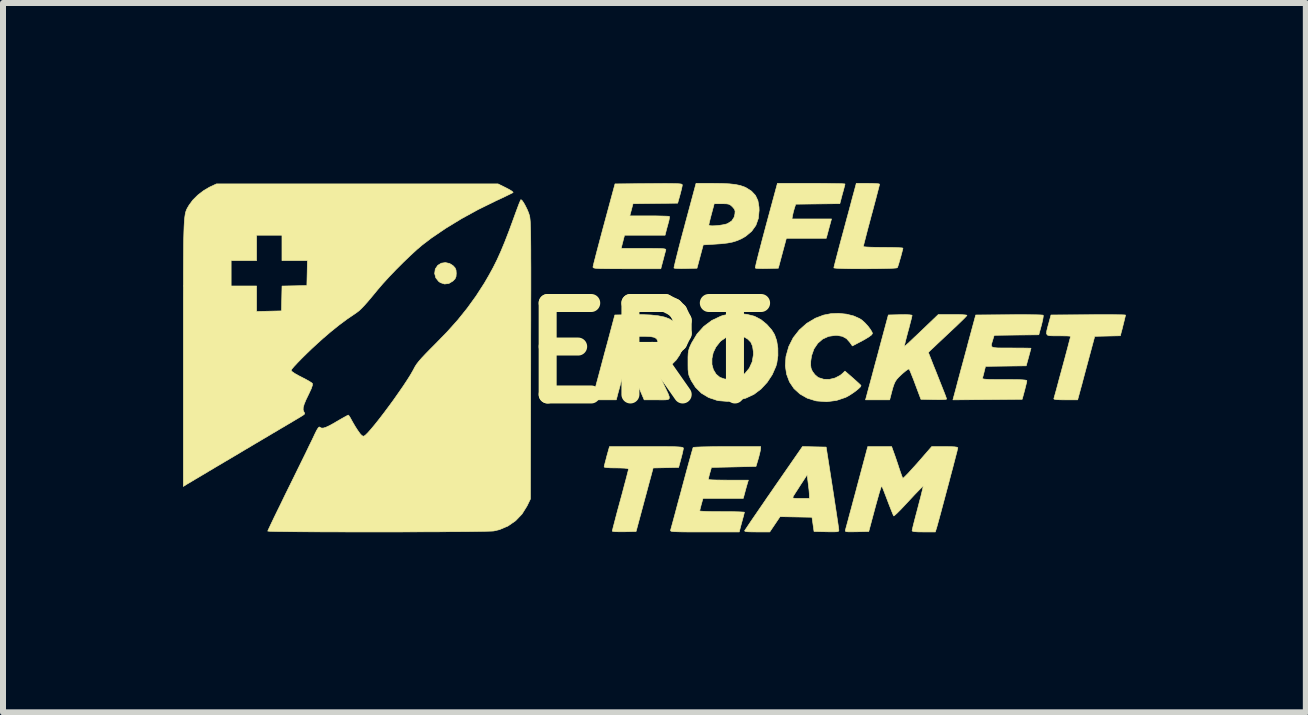
<source format=kicad_pcb>
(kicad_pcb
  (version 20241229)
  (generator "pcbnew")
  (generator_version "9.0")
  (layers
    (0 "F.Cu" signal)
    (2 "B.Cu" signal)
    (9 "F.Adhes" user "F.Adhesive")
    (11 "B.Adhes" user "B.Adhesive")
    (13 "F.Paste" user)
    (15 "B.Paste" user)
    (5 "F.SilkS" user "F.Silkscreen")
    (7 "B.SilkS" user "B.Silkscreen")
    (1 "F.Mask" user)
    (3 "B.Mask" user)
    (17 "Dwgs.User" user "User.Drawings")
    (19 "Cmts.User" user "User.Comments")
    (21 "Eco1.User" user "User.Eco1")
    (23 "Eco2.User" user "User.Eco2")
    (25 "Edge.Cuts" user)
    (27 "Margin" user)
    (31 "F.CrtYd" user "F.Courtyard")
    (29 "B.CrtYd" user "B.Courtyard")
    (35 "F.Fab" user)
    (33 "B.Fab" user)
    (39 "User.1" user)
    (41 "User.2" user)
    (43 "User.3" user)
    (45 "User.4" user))
  (footprint "ERT"
    (layer "F.Cu")
    (at 7.744 2.833)
    (property "Reference" "ERT" (at 0 0 0) (layer "F.SilkS") (effects (font (size 1.524 1.524) (thickness 0.3))))
    (attr through_hole)
    (fp_poly (pts (xy -3.303 -1.493) (xy -3.247 -1.458) (xy -3.212 -1.42) (xy -3.196 -1.383) (xy -3.192 -1.329) (xy -3.196 -1.275) (xy -3.212 -1.238) (xy -3.247 -1.201) (xy -3.315 -1.16) (xy -3.387 -1.151) (xy -3.457 -1.174) (xy -3.486 -1.195) (xy -3.533 -1.254) (xy -3.552 -1.326) (xy -3.542 -1.399) (xy -3.539 -1.405) (xy -3.499 -1.463) (xy -3.441 -1.498) (xy -3.373 -1.508) (xy -3.303 -1.493)) (stroke (width 0.01) (type solid)) (fill yes) (layer "F.SilkS"))
    (fp_poly (pts (xy 2.856 -2.828) (xy 2.979 -2.827) (xy 3.086 -2.825) (xy 3.174 -2.824) (xy 3.239 -2.822) (xy 3.277 -2.819) (xy 3.285 -2.818) (xy 3.281 -2.797) (xy 3.27 -2.755) (xy 3.261 -2.72) (xy 3.242 -2.653) (xy 3.224 -2.585) (xy 3.218 -2.561) (xy 3.199 -2.49) (xy 2.464 -2.481) (xy 2.444 -2.42) (xy 2.426 -2.359) (xy 2.412 -2.297) (xy 2.412 -2.297) (xy 2.401 -2.235) (xy 3.06 -2.235) (xy 3.016 -2.074) (xy 2.973 -1.913) (xy 2.308 -1.913) (xy 2.241 -1.664) (xy 2.174 -1.414) (xy 1.986 -1.409) (xy 1.91 -1.408) (xy 1.847 -1.41) (xy 1.804 -1.413) (xy 1.79 -1.418) (xy 1.793 -1.436) (xy 1.803 -1.484) (xy 1.821 -1.558) (xy 1.845 -1.654) (xy 1.875 -1.769) (xy 1.909 -1.9) (xy 1.947 -2.042) (xy 1.97 -2.129) (xy 2.159 -2.828) (xy 2.722 -2.828) (xy 2.856 -2.828)) (stroke (width 0.01) (type solid)) (fill yes) (layer "F.SilkS"))
    (fp_poly (pts (xy 0.138 1.558) (xy 0.268 1.558) (xy 0.371 1.559) (xy 0.449 1.56) (xy 0.507 1.563) (xy 0.547 1.566) (xy 0.572 1.57) (xy 0.586 1.575) (xy 0.591 1.582) (xy 0.592 1.588) (xy 0.587 1.617) (xy 0.576 1.669) (xy 0.559 1.735) (xy 0.552 1.761) (xy 0.513 1.905) (xy 0.088 1.914) (xy 0.06 2.02) (xy 0.048 2.065) (xy 0.028 2.138) (xy 0.003 2.231) (xy -0.026 2.34) (xy -0.058 2.458) (xy -0.082 2.548) (xy -0.196 2.972) (xy -0.394 2.977) (xy -0.482 2.977) (xy -0.546 2.975) (xy -0.584 2.97) (xy -0.593 2.965) (xy -0.588 2.945) (xy -0.576 2.896) (xy -0.557 2.824) (xy -0.533 2.731) (xy -0.504 2.621) (xy -0.471 2.5) (xy -0.457 2.449) (xy -0.423 2.324) (xy -0.393 2.209) (xy -0.366 2.109) (xy -0.345 2.027) (xy -0.33 1.968) (xy -0.322 1.936) (xy -0.322 1.932) (xy -0.338 1.923) (xy -0.388 1.917) (xy -0.468 1.914) (xy -0.525 1.913) (xy -0.616 1.912) (xy -0.682 1.908) (xy -0.72 1.902) (xy -0.728 1.896) (xy -0.724 1.873) (xy -0.712 1.826) (xy -0.695 1.762) (xy -0.684 1.718) (xy -0.639 1.558) (xy -0.023 1.558) (xy 0.138 1.558)) (stroke (width 0.01) (type solid)) (fill yes) (layer "F.SilkS"))
    (fp_poly (pts (xy 7.724 -0.64) (xy 7.82 -0.639) (xy 7.894 -0.638) (xy 7.941 -0.636) (xy 7.959 -0.634) (xy 7.959 -0.633) (xy 7.954 -0.611) (xy 7.942 -0.56) (xy 7.923 -0.484) (xy 7.899 -0.387) (xy 7.889 -0.352) (xy 7.873 -0.289) (xy 7.446 -0.279) (xy 7.323 0.178) (xy 7.29 0.301) (xy 7.259 0.417) (xy 7.232 0.52) (xy 7.208 0.606) (xy 7.191 0.67) (xy 7.181 0.706) (xy 7.181 0.707) (xy 7.161 0.779) (xy 6.959 0.779) (xy 6.87 0.778) (xy 6.81 0.775) (xy 6.777 0.77) (xy 6.764 0.762) (xy 6.765 0.758) (xy 6.771 0.736) (xy 6.785 0.686) (xy 6.805 0.615) (xy 6.829 0.525) (xy 6.856 0.423) (xy 6.886 0.314) (xy 6.917 0.2) (xy 6.947 0.089) (xy 6.975 -0.016) (xy 7 -0.11) (xy 7.02 -0.188) (xy 7.035 -0.244) (xy 7.043 -0.276) (xy 7.044 -0.28) (xy 7.028 -0.283) (xy 6.985 -0.286) (xy 6.921 -0.287) (xy 6.843 -0.288) (xy 6.841 -0.288) (xy 6.751 -0.288) (xy 6.69 -0.29) (xy 6.656 -0.301) (xy 6.642 -0.325) (xy 6.646 -0.367) (xy 6.662 -0.433) (xy 6.678 -0.491) (xy 6.717 -0.635) (xy 7.338 -0.639) (xy 7.479 -0.64) (xy 7.609 -0.64) (xy 7.724 -0.64)) (stroke (width 0.01) (type solid)) (fill yes) (layer "F.SilkS"))
    (fp_poly (pts (xy 2.774 1.562) (xy 2.971 1.566) (xy 3.077 2.244) (xy 3.1 2.392) (xy 3.121 2.531) (xy 3.14 2.656) (xy 3.156 2.763) (xy 3.169 2.85) (xy 3.178 2.913) (xy 3.182 2.947) (xy 3.183 2.951) (xy 3.18 2.964) (xy 3.169 2.972) (xy 3.143 2.977) (xy 3.097 2.978) (xy 3.025 2.978) (xy 2.976 2.977) (xy 2.769 2.972) (xy 2.752 2.853) (xy 2.735 2.735) (xy 2.469 2.73) (xy 2.203 2.725) (xy 2.031 2.98) (xy 1.818 2.98) (xy 1.726 2.979) (xy 1.664 2.977) (xy 1.628 2.972) (xy 1.613 2.964) (xy 1.613 2.959) (xy 1.624 2.941) (xy 1.653 2.899) (xy 1.697 2.833) (xy 1.754 2.749) (xy 1.824 2.647) (xy 1.903 2.532) (xy 1.989 2.406) (xy 2.415 2.406) (xy 2.422 2.415) (xy 2.448 2.42) (xy 2.499 2.421) (xy 2.548 2.421) (xy 2.692 2.421) (xy 2.692 2.376) (xy 2.69 2.339) (xy 2.685 2.279) (xy 2.676 2.207) (xy 2.673 2.179) (xy 2.654 2.028) (xy 2.545 2.195) (xy 2.501 2.264) (xy 2.462 2.324) (xy 2.433 2.37) (xy 2.42 2.392) (xy 2.415 2.406) (xy 1.989 2.406) (xy 1.99 2.405) (xy 2.084 2.269) (xy 2.099 2.247) (xy 2.577 1.557) (xy 2.774 1.562)) (stroke (width 0.01) (type solid)) (fill yes) (layer "F.SilkS"))
    (fp_poly (pts (xy 1.236 -2.826) (xy 1.359 -2.82) (xy 1.459 -2.809) (xy 1.54 -2.792) (xy 1.607 -2.769) (xy 1.634 -2.757) (xy 1.727 -2.698) (xy 1.793 -2.627) (xy 1.834 -2.54) (xy 1.852 -2.432) (xy 1.854 -2.379) (xy 1.841 -2.244) (xy 1.8 -2.128) (xy 1.73 -2.03) (xy 1.631 -1.947) (xy 1.559 -1.905) (xy 1.488 -1.874) (xy 1.414 -1.851) (xy 1.327 -1.834) (xy 1.221 -1.822) (xy 1.118 -1.815) (xy 0.923 -1.803) (xy 0.871 -1.609) (xy 0.819 -1.414) (xy 0.631 -1.409) (xy 0.555 -1.408) (xy 0.492 -1.41) (xy 0.45 -1.413) (xy 0.435 -1.418) (xy 0.438 -1.436) (xy 0.449 -1.484) (xy 0.467 -1.558) (xy 0.491 -1.654) (xy 0.52 -1.769) (xy 0.554 -1.9) (xy 0.592 -2.042) (xy 0.616 -2.129) (xy 0.616 -2.132) (xy 1.016 -2.132) (xy 1.031 -2.123) (xy 1.071 -2.12) (xy 1.127 -2.122) (xy 1.191 -2.128) (xy 1.254 -2.138) (xy 1.307 -2.15) (xy 1.328 -2.158) (xy 1.397 -2.201) (xy 1.438 -2.264) (xy 1.451 -2.318) (xy 1.454 -2.366) (xy 1.441 -2.4) (xy 1.409 -2.438) (xy 1.38 -2.464) (xy 1.351 -2.48) (xy 1.314 -2.487) (xy 1.257 -2.489) (xy 1.232 -2.489) (xy 1.106 -2.489) (xy 1.061 -2.321) (xy 1.042 -2.249) (xy 1.027 -2.187) (xy 1.018 -2.146) (xy 1.016 -2.132) (xy 0.616 -2.132) (xy 0.803 -2.828) (xy 1.084 -2.828) (xy 1.236 -2.826)) (stroke (width 0.01) (type solid)) (fill yes) (layer "F.SilkS"))
    (fp_poly (pts (xy 3.743 -2.827) (xy 3.806 -2.824) (xy 3.847 -2.82) (xy 3.861 -2.815) (xy 3.857 -2.796) (xy 3.845 -2.748) (xy 3.826 -2.676) (xy 3.802 -2.583) (xy 3.773 -2.474) (xy 3.741 -2.353) (xy 3.725 -2.296) (xy 3.692 -2.17) (xy 3.661 -2.055) (xy 3.635 -1.954) (xy 3.614 -1.872) (xy 3.599 -1.813) (xy 3.591 -1.78) (xy 3.59 -1.775) (xy 3.606 -1.771) (xy 3.651 -1.767) (xy 3.719 -1.764) (xy 3.806 -1.762) (xy 3.906 -1.761) (xy 3.92 -1.761) (xy 4.022 -1.76) (xy 4.11 -1.759) (xy 4.182 -1.756) (xy 4.23 -1.753) (xy 4.25 -1.749) (xy 4.25 -1.748) (xy 4.245 -1.724) (xy 4.233 -1.677) (xy 4.217 -1.616) (xy 4.198 -1.551) (xy 4.181 -1.491) (xy 4.166 -1.445) (xy 4.157 -1.423) (xy 4.139 -1.418) (xy 4.091 -1.414) (xy 4.02 -1.411) (xy 3.931 -1.409) (xy 3.828 -1.407) (xy 3.716 -1.406) (xy 3.6 -1.405) (xy 3.486 -1.406) (xy 3.378 -1.406) (xy 3.281 -1.408) (xy 3.199 -1.411) (xy 3.139 -1.414) (xy 3.105 -1.418) (xy 3.099 -1.42) (xy 3.103 -1.44) (xy 3.115 -1.488) (xy 3.134 -1.561) (xy 3.159 -1.657) (xy 3.189 -1.771) (xy 3.223 -1.899) (xy 3.261 -2.038) (xy 3.269 -2.068) (xy 3.307 -2.211) (xy 3.344 -2.347) (xy 3.377 -2.47) (xy 3.405 -2.577) (xy 3.429 -2.664) (xy 3.446 -2.727) (xy 3.455 -2.762) (xy 3.456 -2.764) (xy 3.473 -2.828) (xy 3.667 -2.828) (xy 3.743 -2.827)) (stroke (width 0.01) (type solid)) (fill yes) (layer "F.SilkS"))
    (fp_poly (pts (xy 3.309 -0.649) (xy 3.429 -0.619) (xy 3.53 -0.574) (xy 3.572 -0.545) (xy 3.622 -0.499) (xy 3.67 -0.446) (xy 3.71 -0.392) (xy 3.736 -0.348) (xy 3.742 -0.325) (xy 3.726 -0.302) (xy 3.68 -0.268) (xy 3.605 -0.223) (xy 3.575 -0.207) (xy 3.408 -0.119) (xy 3.368 -0.176) (xy 3.311 -0.241) (xy 3.242 -0.279) (xy 3.155 -0.295) (xy 3.124 -0.295) (xy 3.012 -0.279) (xy 2.913 -0.234) (xy 2.831 -0.163) (xy 2.768 -0.07) (xy 2.728 0.043) (xy 2.714 0.135) (xy 2.713 0.203) (xy 2.719 0.251) (xy 2.737 0.294) (xy 2.747 0.312) (xy 2.785 0.361) (xy 2.833 0.402) (xy 2.845 0.409) (xy 2.93 0.436) (xy 3.025 0.438) (xy 3.12 0.415) (xy 3.205 0.371) (xy 3.238 0.344) (xy 3.284 0.3) (xy 3.416 0.415) (xy 3.471 0.464) (xy 3.516 0.505) (xy 3.545 0.533) (xy 3.552 0.542) (xy 3.543 0.561) (xy 3.512 0.592) (xy 3.466 0.63) (xy 3.41 0.67) (xy 3.353 0.707) (xy 3.301 0.735) (xy 3.298 0.737) (xy 3.143 0.789) (xy 2.98 0.81) (xy 2.816 0.798) (xy 2.797 0.795) (xy 2.656 0.751) (xy 2.535 0.682) (xy 2.435 0.591) (xy 2.36 0.48) (xy 2.312 0.352) (xy 2.291 0.212) (xy 2.301 0.061) (xy 2.303 0.051) (xy 2.348 -0.109) (xy 2.422 -0.256) (xy 2.523 -0.385) (xy 2.647 -0.495) (xy 2.791 -0.581) (xy 2.928 -0.633) (xy 3.051 -0.657) (xy 3.18 -0.662) (xy 3.309 -0.649)) (stroke (width 0.01) (type solid)) (fill yes) (layer "F.SilkS"))
    (fp_poly (pts (xy 6.277 -0.64) (xy 6.385 -0.639) (xy 6.474 -0.638) (xy 6.54 -0.636) (xy 6.579 -0.633) (xy 6.588 -0.631) (xy 6.588 -0.61) (xy 6.581 -0.564) (xy 6.567 -0.502) (xy 6.557 -0.462) (xy 6.514 -0.305) (xy 6.142 -0.301) (xy 5.77 -0.296) (xy 5.747 -0.22) (xy 5.733 -0.174) (xy 5.724 -0.14) (xy 5.726 -0.116) (xy 5.74 -0.1) (xy 5.772 -0.091) (xy 5.825 -0.086) (xy 5.902 -0.085) (xy 6.009 -0.085) (xy 6.054 -0.085) (xy 6.155 -0.084) (xy 6.244 -0.084) (xy 6.315 -0.083) (xy 6.363 -0.082) (xy 6.383 -0.081) (xy 6.384 -0.08) (xy 6.379 -0.063) (xy 6.368 -0.021) (xy 6.352 0.038) (xy 6.344 0.068) (xy 6.304 0.212) (xy 5.626 0.221) (xy 5.606 0.301) (xy 5.593 0.355) (xy 5.581 0.398) (xy 5.578 0.411) (xy 5.577 0.42) (xy 5.583 0.428) (xy 5.602 0.433) (xy 5.635 0.436) (xy 5.689 0.439) (xy 5.766 0.44) (xy 5.87 0.44) (xy 5.942 0.44) (xy 6.07 0.441) (xy 6.168 0.442) (xy 6.237 0.445) (xy 6.283 0.449) (xy 6.308 0.454) (xy 6.315 0.461) (xy 6.311 0.487) (xy 6.299 0.535) (xy 6.283 0.599) (xy 6.276 0.627) (xy 6.237 0.77) (xy 5.66 0.775) (xy 5.083 0.779) (xy 5.141 0.563) (xy 5.16 0.489) (xy 5.187 0.389) (xy 5.219 0.269) (xy 5.255 0.137) (xy 5.292 -0.000432) (xy 5.329 -0.137) (xy 5.33 -0.144) (xy 5.463 -0.635) (xy 6.02 -0.639) (xy 6.154 -0.64) (xy 6.277 -0.64)) (stroke (width 0.01) (type solid)) (fill yes) (layer "F.SilkS"))
    (fp_poly (pts (xy 0.385 -2.825) (xy 0.456 -2.824) (xy 0.507 -2.822) (xy 0.541 -2.819) (xy 0.561 -2.815) (xy 0.571 -2.809) (xy 0.574 -2.801) (xy 0.574 -2.798) (xy 0.569 -2.769) (xy 0.557 -2.717) (xy 0.54 -2.652) (xy 0.535 -2.633) (xy 0.497 -2.498) (xy -0.247 -2.489) (xy -0.274 -2.387) (xy -0.301 -2.286) (xy 0.024 -2.286) (xy 0.126 -2.286) (xy 0.216 -2.284) (xy 0.288 -2.282) (xy 0.337 -2.28) (xy 0.359 -2.277) (xy 0.359 -2.277) (xy 0.36 -2.257) (xy 0.353 -2.215) (xy 0.346 -2.188) (xy 0.328 -2.121) (xy 0.309 -2.053) (xy 0.305 -2.036) (xy 0.287 -1.964) (xy -0.388 -1.964) (xy -0.405 -1.901) (xy -0.419 -1.845) (xy -0.432 -1.794) (xy -0.433 -1.791) (xy -0.444 -1.744) (xy -0.068 -1.744) (xy 0.054 -1.744) (xy 0.146 -1.743) (xy 0.212 -1.742) (xy 0.257 -1.739) (xy 0.284 -1.735) (xy 0.297 -1.729) (xy 0.3 -1.72) (xy 0.299 -1.714) (xy 0.29 -1.685) (xy 0.276 -1.633) (xy 0.259 -1.567) (xy 0.253 -1.545) (xy 0.216 -1.405) (xy -0.349 -1.405) (xy -0.503 -1.406) (xy -0.626 -1.406) (xy -0.721 -1.407) (xy -0.793 -1.408) (xy -0.845 -1.411) (xy -0.879 -1.414) (xy -0.9 -1.419) (xy -0.91 -1.425) (xy -0.914 -1.432) (xy -0.914 -1.435) (xy -0.909 -1.457) (xy -0.897 -1.509) (xy -0.877 -1.586) (xy -0.852 -1.684) (xy -0.821 -1.801) (xy -0.786 -1.933) (xy -0.748 -2.076) (xy -0.73 -2.142) (xy -0.547 -2.819) (xy 0.014 -2.824) (xy 0.167 -2.825) (xy 0.29 -2.826) (xy 0.385 -2.825)) (stroke (width 0.01) (type solid)) (fill yes) (layer "F.SilkS"))
    (fp_poly (pts (xy 1.648 -0.646) (xy 1.769 -0.616) (xy 1.782 -0.611) (xy 1.885 -0.557) (xy 1.982 -0.478) (xy 2.064 -0.385) (xy 2.111 -0.309) (xy 2.147 -0.205) (xy 2.166 -0.084) (xy 2.167 0.044) (xy 2.149 0.167) (xy 2.134 0.22) (xy 2.073 0.359) (xy 1.988 0.488) (xy 1.885 0.599) (xy 1.771 0.685) (xy 1.768 0.687) (xy 1.632 0.751) (xy 1.482 0.79) (xy 1.328 0.805) (xy 1.18 0.793) (xy 1.154 0.788) (xy 1.012 0.74) (xy 0.891 0.667) (xy 0.793 0.569) (xy 0.724 0.46) (xy 0.7 0.409) (xy 0.684 0.368) (xy 0.675 0.325) (xy 0.67 0.273) (xy 0.669 0.201) (xy 0.669 0.153) (xy 0.669 0.092) (xy 1.068 0.092) (xy 1.068 0.189) (xy 1.092 0.277) (xy 1.138 0.352) (xy 1.2 0.404) (xy 1.276 0.431) (xy 1.366 0.44) (xy 1.456 0.431) (xy 1.522 0.408) (xy 1.617 0.341) (xy 1.691 0.251) (xy 1.739 0.145) (xy 1.759 0.026) (xy 1.758 -0.024) (xy 1.745 -0.114) (xy 1.716 -0.181) (xy 1.666 -0.232) (xy 1.608 -0.267) (xy 1.509 -0.3) (xy 1.409 -0.3) (xy 1.312 -0.268) (xy 1.219 -0.204) (xy 1.201 -0.186) (xy 1.134 -0.101) (xy 1.089 -0.007) (xy 1.068 0.092) (xy 0.669 0.092) (xy 0.669 0.067) (xy 0.672 0.006) (xy 0.679 -0.041) (xy 0.691 -0.083) (xy 0.712 -0.131) (xy 0.73 -0.169) (xy 0.82 -0.319) (xy 0.932 -0.444) (xy 1.064 -0.543) (xy 1.216 -0.615) (xy 1.258 -0.629) (xy 1.379 -0.653) (xy 1.514 -0.659) (xy 1.648 -0.646)) (stroke (width 0.01) (type solid)) (fill yes) (layer "F.SilkS"))
    (fp_poly (pts (xy 1.878 1.596) (xy 1.873 1.63) (xy 1.86 1.686) (xy 1.843 1.751) (xy 1.84 1.761) (xy 1.802 1.888) (xy 1.431 1.897) (xy 1.06 1.905) (xy 1.032 2.002) (xy 1.018 2.054) (xy 1.011 2.093) (xy 1.012 2.107) (xy 1.031 2.11) (xy 1.079 2.113) (xy 1.15 2.115) (xy 1.238 2.116) (xy 1.339 2.117) (xy 1.348 2.117) (xy 1.675 2.117) (xy 1.651 2.197) (xy 1.632 2.264) (xy 1.614 2.332) (xy 1.609 2.35) (xy 1.59 2.421) (xy 0.919 2.421) (xy 0.891 2.52) (xy 0.877 2.574) (xy 0.867 2.614) (xy 0.864 2.63) (xy 0.88 2.633) (xy 0.925 2.636) (xy 0.994 2.639) (xy 1.083 2.641) (xy 1.186 2.641) (xy 1.236 2.642) (xy 1.344 2.642) (xy 1.44 2.643) (xy 1.519 2.645) (xy 1.576 2.648) (xy 1.605 2.65) (xy 1.609 2.652) (xy 1.604 2.672) (xy 1.594 2.715) (xy 1.584 2.749) (xy 1.566 2.816) (xy 1.547 2.885) (xy 1.541 2.908) (xy 1.523 2.98) (xy 0.946 2.98) (xy 0.791 2.98) (xy 0.667 2.98) (xy 0.57 2.979) (xy 0.497 2.977) (xy 0.445 2.975) (xy 0.41 2.972) (xy 0.39 2.968) (xy 0.38 2.962) (xy 0.378 2.955) (xy 0.379 2.951) (xy 0.385 2.928) (xy 0.399 2.877) (xy 0.42 2.8) (xy 0.447 2.701) (xy 0.478 2.584) (xy 0.513 2.453) (xy 0.552 2.311) (xy 0.567 2.254) (xy 0.606 2.109) (xy 0.642 1.975) (xy 0.675 1.854) (xy 0.704 1.75) (xy 0.727 1.667) (xy 0.744 1.608) (xy 0.753 1.577) (xy 0.755 1.573) (xy 0.773 1.569) (xy 0.822 1.566) (xy 0.896 1.563) (xy 0.992 1.561) (xy 1.105 1.559) (xy 1.233 1.558) (xy 1.322 1.558) (xy 1.88 1.558) (xy 1.878 1.596)) (stroke (width 0.01) (type solid)) (fill yes) (layer "F.SilkS"))
    (fp_poly (pts (xy 0.051 -0.635) (xy 0.172 -0.622) (xy 0.271 -0.602) (xy 0.352 -0.573) (xy 0.419 -0.534) (xy 0.476 -0.485) (xy 0.479 -0.483) (xy 0.533 -0.415) (xy 0.566 -0.339) (xy 0.581 -0.246) (xy 0.583 -0.183) (xy 0.579 -0.106) (xy 0.564 -0.043) (xy 0.533 0.025) (xy 0.532 0.028) (xy 0.473 0.115) (xy 0.395 0.193) (xy 0.306 0.251) (xy 0.254 0.273) (xy 0.211 0.289) (xy 0.183 0.302) (xy 0.181 0.304) (xy 0.183 0.323) (xy 0.198 0.366) (xy 0.222 0.428) (xy 0.255 0.501) (xy 0.26 0.513) (xy 0.307 0.611) (xy 0.34 0.681) (xy 0.357 0.729) (xy 0.356 0.758) (xy 0.337 0.774) (xy 0.297 0.779) (xy 0.234 0.78) (xy 0.157 0.779) (xy -0.061 0.779) (xy -0.243 0.354) (xy -0.329 0.359) (xy -0.414 0.364) (xy -0.451 0.5) (xy -0.471 0.574) (xy -0.491 0.646) (xy -0.506 0.701) (xy -0.507 0.707) (xy -0.526 0.779) (xy -0.929 0.779) (xy -0.871 0.563) (xy -0.851 0.489) (xy -0.824 0.389) (xy -0.792 0.269) (xy -0.757 0.137) (xy -0.726 0.021) (xy -0.321 0.021) (xy -0.306 0.027) (xy -0.264 0.031) (xy -0.203 0.033) (xy -0.165 0.033) (xy -0.073 0.031) (xy -0.004 0.022) (xy 0.05 0.006) (xy 0.062 0.001) (xy 0.124 -0.037) (xy 0.158 -0.084) (xy 0.169 -0.15) (xy 0.169 -0.157) (xy 0.164 -0.206) (xy 0.144 -0.241) (xy 0.106 -0.263) (xy 0.045 -0.275) (xy -0.044 -0.279) (xy -0.072 -0.279) (xy -0.242 -0.279) (xy -0.282 -0.135) (xy -0.299 -0.07) (xy -0.313 -0.016) (xy -0.321 0.016) (xy -0.321 0.021) (xy -0.726 0.021) (xy -0.72 -0.001) (xy -0.683 -0.138) (xy -0.681 -0.144) (xy -0.55 -0.635) (xy -0.271 -0.64) (xy -0.095 -0.641) (xy 0.051 -0.635)) (stroke (width 0.01) (type solid)) (fill yes) (layer "F.SilkS"))
    (fp_poly (pts (xy 5.164 -0.643) (xy 5.236 -0.64) (xy 5.288 -0.636) (xy 5.315 -0.631) (xy 5.317 -0.629) (xy 5.305 -0.614) (xy 5.272 -0.579) (xy 5.22 -0.528) (xy 5.153 -0.463) (xy 5.074 -0.389) (xy 4.995 -0.315) (xy 4.909 -0.234) (xy 4.831 -0.161) (xy 4.766 -0.099) (xy 4.715 -0.052) (xy 4.684 -0.021) (xy 4.674 -0.011) (xy 4.68 0.005) (xy 4.697 0.048) (xy 4.723 0.114) (xy 4.756 0.199) (xy 4.796 0.297) (xy 4.826 0.373) (xy 4.868 0.479) (xy 4.906 0.575) (xy 4.938 0.656) (xy 4.962 0.718) (xy 4.975 0.756) (xy 4.978 0.766) (xy 4.963 0.771) (xy 4.919 0.774) (xy 4.855 0.776) (xy 4.776 0.775) (xy 4.764 0.775) (xy 4.55 0.77) (xy 4.458 0.525) (xy 4.426 0.439) (xy 4.396 0.365) (xy 4.373 0.307) (xy 4.357 0.273) (xy 4.353 0.265) (xy 4.335 0.27) (xy 4.3 0.294) (xy 4.253 0.333) (xy 4.228 0.355) (xy 4.182 0.399) (xy 4.149 0.435) (xy 4.124 0.471) (xy 4.104 0.514) (xy 4.084 0.572) (xy 4.062 0.652) (xy 4.048 0.707) (xy 4.029 0.779) (xy 3.627 0.779) (xy 3.678 0.588) (xy 3.696 0.523) (xy 3.721 0.431) (xy 3.751 0.318) (xy 3.785 0.19) (xy 3.822 0.055) (xy 3.859 -0.084) (xy 3.868 -0.119) (xy 4.007 -0.635) (xy 4.205 -0.64) (xy 4.292 -0.641) (xy 4.357 -0.638) (xy 4.395 -0.633) (xy 4.403 -0.628) (xy 4.398 -0.607) (xy 4.387 -0.559) (xy 4.369 -0.49) (xy 4.348 -0.407) (xy 4.335 -0.362) (xy 4.312 -0.275) (xy 4.293 -0.201) (xy 4.28 -0.145) (xy 4.273 -0.113) (xy 4.272 -0.108) (xy 4.285 -0.118) (xy 4.319 -0.148) (xy 4.37 -0.195) (xy 4.435 -0.257) (xy 4.511 -0.328) (xy 4.558 -0.373) (xy 4.84 -0.643) (xy 5.079 -0.643) (xy 5.164 -0.643)) (stroke (width 0.01) (type solid)) (fill yes) (layer "F.SilkS"))
    (fp_poly (pts (xy 4.094 1.647) (xy 4.114 1.702) (xy 4.14 1.778) (xy 4.168 1.861) (xy 4.182 1.905) (xy 4.206 1.976) (xy 4.227 2.035) (xy 4.242 2.074) (xy 4.248 2.086) (xy 4.262 2.077) (xy 4.294 2.046) (xy 4.342 1.997) (xy 4.401 1.932) (xy 4.47 1.856) (xy 4.495 1.828) (xy 4.73 1.558) (xy 4.948 1.558) (xy 5.045 1.559) (xy 5.111 1.562) (xy 5.15 1.568) (xy 5.164 1.577) (xy 5.165 1.578) (xy 5.16 1.598) (xy 5.149 1.646) (xy 5.13 1.718) (xy 5.106 1.811) (xy 5.078 1.919) (xy 5.046 2.038) (xy 5.013 2.165) (xy 4.978 2.295) (xy 4.944 2.423) (xy 4.911 2.546) (xy 4.881 2.659) (xy 4.854 2.758) (xy 4.832 2.838) (xy 4.816 2.896) (xy 4.807 2.925) (xy 4.79 2.98) (xy 4.596 2.98) (xy 4.504 2.979) (xy 4.443 2.975) (xy 4.411 2.968) (xy 4.403 2.96) (xy 4.407 2.938) (xy 4.418 2.889) (xy 4.436 2.817) (xy 4.459 2.728) (xy 4.486 2.626) (xy 4.496 2.588) (xy 4.523 2.483) (xy 4.548 2.389) (xy 4.567 2.311) (xy 4.581 2.253) (xy 4.588 2.222) (xy 4.589 2.218) (xy 4.578 2.224) (xy 4.548 2.253) (xy 4.502 2.3) (xy 4.443 2.361) (xy 4.374 2.435) (xy 4.348 2.463) (xy 4.276 2.54) (xy 4.212 2.608) (xy 4.159 2.661) (xy 4.12 2.697) (xy 4.099 2.713) (xy 4.097 2.713) (xy 4.087 2.694) (xy 4.068 2.648) (xy 4.042 2.583) (xy 4.011 2.504) (xy 3.996 2.464) (xy 3.964 2.38) (xy 3.936 2.307) (xy 3.914 2.252) (xy 3.899 2.22) (xy 3.896 2.215) (xy 3.889 2.227) (xy 3.875 2.268) (xy 3.855 2.332) (xy 3.831 2.417) (xy 3.803 2.517) (xy 3.784 2.587) (xy 3.681 2.972) (xy 3.482 2.977) (xy 3.397 2.978) (xy 3.341 2.978) (xy 3.308 2.975) (xy 3.293 2.969) (xy 3.29 2.958) (xy 3.291 2.951) (xy 3.297 2.929) (xy 3.311 2.877) (xy 3.332 2.8) (xy 3.358 2.701) (xy 3.39 2.584) (xy 3.425 2.452) (xy 3.464 2.308) (xy 3.482 2.239) (xy 3.664 1.558) (xy 4.062 1.558) (xy 4.094 1.647)) (stroke (width 0.01) (type solid)) (fill yes) (layer "F.SilkS"))
    (fp_poly (pts (xy -2.364 -2.754) (xy -2.307 -2.724) (xy -2.265 -2.698) (xy -2.246 -2.68) (xy -2.246 -2.675) (xy -2.266 -2.664) (xy -2.311 -2.642) (xy -2.376 -2.61) (xy -2.456 -2.572) (xy -2.532 -2.537) (xy -2.825 -2.393) (xy -3.106 -2.239) (xy -3.37 -2.078) (xy -3.611 -1.914) (xy -3.759 -1.801) (xy -3.851 -1.723) (xy -3.957 -1.625) (xy -4.073 -1.514) (xy -4.192 -1.395) (xy -4.308 -1.274) (xy -4.414 -1.158) (xy -4.505 -1.052) (xy -4.513 -1.042) (xy -4.599 -0.938) (xy -4.668 -0.856) (xy -4.724 -0.793) (xy -4.77 -0.745) (xy -4.81 -0.707) (xy -4.849 -0.677) (xy -4.889 -0.649) (xy -4.894 -0.646) (xy -5.013 -0.565) (xy -5.147 -0.465) (xy -5.286 -0.353) (xy -5.419 -0.239) (xy -5.512 -0.155) (xy -5.604 -0.07) (xy -5.691 0.014) (xy -5.771 0.093) (xy -5.839 0.163) (xy -5.893 0.221) (xy -5.929 0.263) (xy -5.943 0.287) (xy -5.944 0.288) (xy -5.928 0.308) (xy -5.884 0.339) (xy -5.814 0.378) (xy -5.773 0.399) (xy -5.703 0.435) (xy -5.644 0.468) (xy -5.603 0.494) (xy -5.588 0.507) (xy -5.589 0.537) (xy -5.608 0.593) (xy -5.646 0.675) (xy -5.647 0.677) (xy -5.695 0.776) (xy -5.726 0.851) (xy -5.742 0.907) (xy -5.743 0.948) (xy -5.731 0.978) (xy -5.73 0.979) (xy -5.718 1.003) (xy -5.725 1.021) (xy -5.758 1.044) (xy -5.762 1.046) (xy -5.786 1.061) (xy -5.836 1.091) (xy -5.91 1.135) (xy -6.006 1.192) (xy -6.12 1.259) (xy -6.25 1.336) (xy -6.393 1.421) (xy -6.547 1.512) (xy -6.709 1.608) (xy -6.739 1.626) (xy -6.902 1.723) (xy -7.056 1.814) (xy -7.2 1.899) (xy -7.331 1.977) (xy -7.446 2.046) (xy -7.543 2.103) (xy -7.619 2.149) (xy -7.672 2.18) (xy -7.698 2.196) (xy -7.7 2.198) (xy -7.739 2.222) (xy -7.739 0.005) (xy -7.739 -0.321) (xy -7.739 -0.614) (xy -7.739 -0.877) (xy -7.738 -1.112) (xy -7.738 -1.32) (xy -7.737 -1.503) (xy -7.737 -1.541) (xy -6.943 -1.541) (xy -6.943 -1.118) (xy -6.519 -1.118) (xy -6.519 -0.693) (xy -6.312 -0.698) (xy -6.104 -0.703) (xy -6.095 -1.117) (xy -5.888 -1.121) (xy -5.681 -1.126) (xy -5.676 -1.333) (xy -5.672 -1.541) (xy -6.096 -1.541) (xy -6.096 -1.964) (xy -6.519 -1.964) (xy -6.519 -1.541) (xy -6.943 -1.541) (xy -7.737 -1.541) (xy -7.736 -1.663) (xy -7.735 -1.801) (xy -7.733 -1.92) (xy -7.73 -2.021) (xy -7.727 -2.105) (xy -7.723 -2.176) (xy -7.719 -2.234) (xy -7.713 -2.281) (xy -7.707 -2.319) (xy -7.7 -2.351) (xy -7.691 -2.376) (xy -7.682 -2.398) (xy -7.671 -2.419) (xy -7.659 -2.439) (xy -7.646 -2.461) (xy -7.643 -2.466) (xy -7.583 -2.548) (xy -7.5 -2.631) (xy -7.404 -2.705) (xy -7.307 -2.763) (xy -7.303 -2.765) (xy -7.188 -2.819) (xy -2.496 -2.819) (xy -2.364 -2.754)) (stroke (width 0.01) (type solid)) (fill yes) (layer "F.SilkS"))
    (fp_poly (pts (xy -2.096 -2.543) (xy -2.069 -2.505) (xy -2.039 -2.451) (xy -2.009 -2.39) (xy -1.984 -2.329) (xy -1.982 -2.321) (xy -1.977 -2.306) (xy -1.972 -2.291) (xy -1.968 -2.273) (xy -1.965 -2.251) (xy -1.962 -2.224) (xy -1.959 -2.189) (xy -1.957 -2.144) (xy -1.955 -2.089) (xy -1.953 -2.021) (xy -1.952 -1.938) (xy -1.951 -1.84) (xy -1.95 -1.723) (xy -1.95 -1.586) (xy -1.949 -1.429) (xy -1.949 -1.247) (xy -1.949 -1.041) (xy -1.95 -0.809) (xy -1.95 -0.547) (xy -1.951 -0.256) (xy -1.951 0.067) (xy -1.951 0.106) (xy -1.956 2.43) (xy -2.013 2.548) (xy -2.096 2.681) (xy -2.203 2.793) (xy -2.33 2.881) (xy -2.471 2.941) (xy -2.567 2.964) (xy -2.598 2.966) (xy -2.659 2.968) (xy -2.747 2.97) (xy -2.86 2.972) (xy -2.996 2.974) (xy -3.151 2.975) (xy -3.323 2.976) (xy -3.509 2.978) (xy -3.707 2.978) (xy -3.914 2.979) (xy -4.128 2.98) (xy -4.345 2.98) (xy -4.564 2.98) (xy -4.781 2.98) (xy -4.994 2.98) (xy -5.201 2.979) (xy -5.398 2.979) (xy -5.584 2.978) (xy -5.755 2.977) (xy -5.909 2.976) (xy -6.043 2.974) (xy -6.155 2.973) (xy -6.242 2.971) (xy -6.301 2.969) (xy -6.33 2.966) (xy -6.333 2.966) (xy -6.326 2.948) (xy -6.305 2.903) (xy -6.272 2.833) (xy -6.229 2.743) (xy -6.176 2.634) (xy -6.115 2.51) (xy -6.049 2.373) (xy -5.977 2.227) (xy -5.976 2.225) (xy -5.901 2.073) (xy -5.829 1.926) (xy -5.761 1.788) (xy -5.699 1.662) (xy -5.646 1.551) (xy -5.601 1.46) (xy -5.569 1.393) (xy -5.552 1.356) (xy -5.518 1.287) (xy -5.493 1.247) (xy -5.476 1.231) (xy -5.465 1.234) (xy -5.442 1.248) (xy -5.411 1.25) (xy -5.366 1.237) (xy -5.305 1.209) (xy -5.222 1.163) (xy -5.189 1.143) (xy -5.118 1.102) (xy -5.058 1.068) (xy -5.014 1.044) (xy -4.992 1.033) (xy -4.991 1.033) (xy -4.977 1.047) (xy -4.955 1.082) (xy -4.943 1.105) (xy -4.914 1.157) (xy -4.876 1.222) (xy -4.837 1.283) (xy -4.795 1.342) (xy -4.764 1.375) (xy -4.739 1.385) (xy -4.733 1.385) (xy -4.708 1.369) (xy -4.667 1.329) (xy -4.612 1.267) (xy -4.547 1.189) (xy -4.473 1.096) (xy -4.394 0.993) (xy -4.312 0.883) (xy -4.23 0.771) (xy -4.151 0.658) (xy -4.076 0.55) (xy -4.01 0.45) (xy -3.954 0.361) (xy -3.911 0.286) (xy -3.901 0.267) (xy -3.878 0.224) (xy -3.85 0.181) (xy -3.814 0.135) (xy -3.767 0.081) (xy -3.705 0.015) (xy -3.625 -0.067) (xy -3.55 -0.142) (xy -3.346 -0.351) (xy -3.167 -0.551) (xy -3.008 -0.749) (xy -2.862 -0.951) (xy -2.725 -1.163) (xy -2.645 -1.301) (xy -2.577 -1.425) (xy -2.512 -1.555) (xy -2.448 -1.697) (xy -2.382 -1.856) (xy -2.312 -2.037) (xy -2.239 -2.236) (xy -2.204 -2.333) (xy -2.172 -2.419) (xy -2.146 -2.488) (xy -2.126 -2.535) (xy -2.116 -2.556) (xy -2.115 -2.557) (xy -2.096 -2.543)) (stroke (width 0.01) (type solid)) (fill yes) (layer "F.SilkS")))
  (gr_rect
    (start -3 -3)
    (end 18.707 8.818)
    (stroke (width 0.1) (type default))
    (fill no)
    (layer "Edge.Cuts")))
</source>
